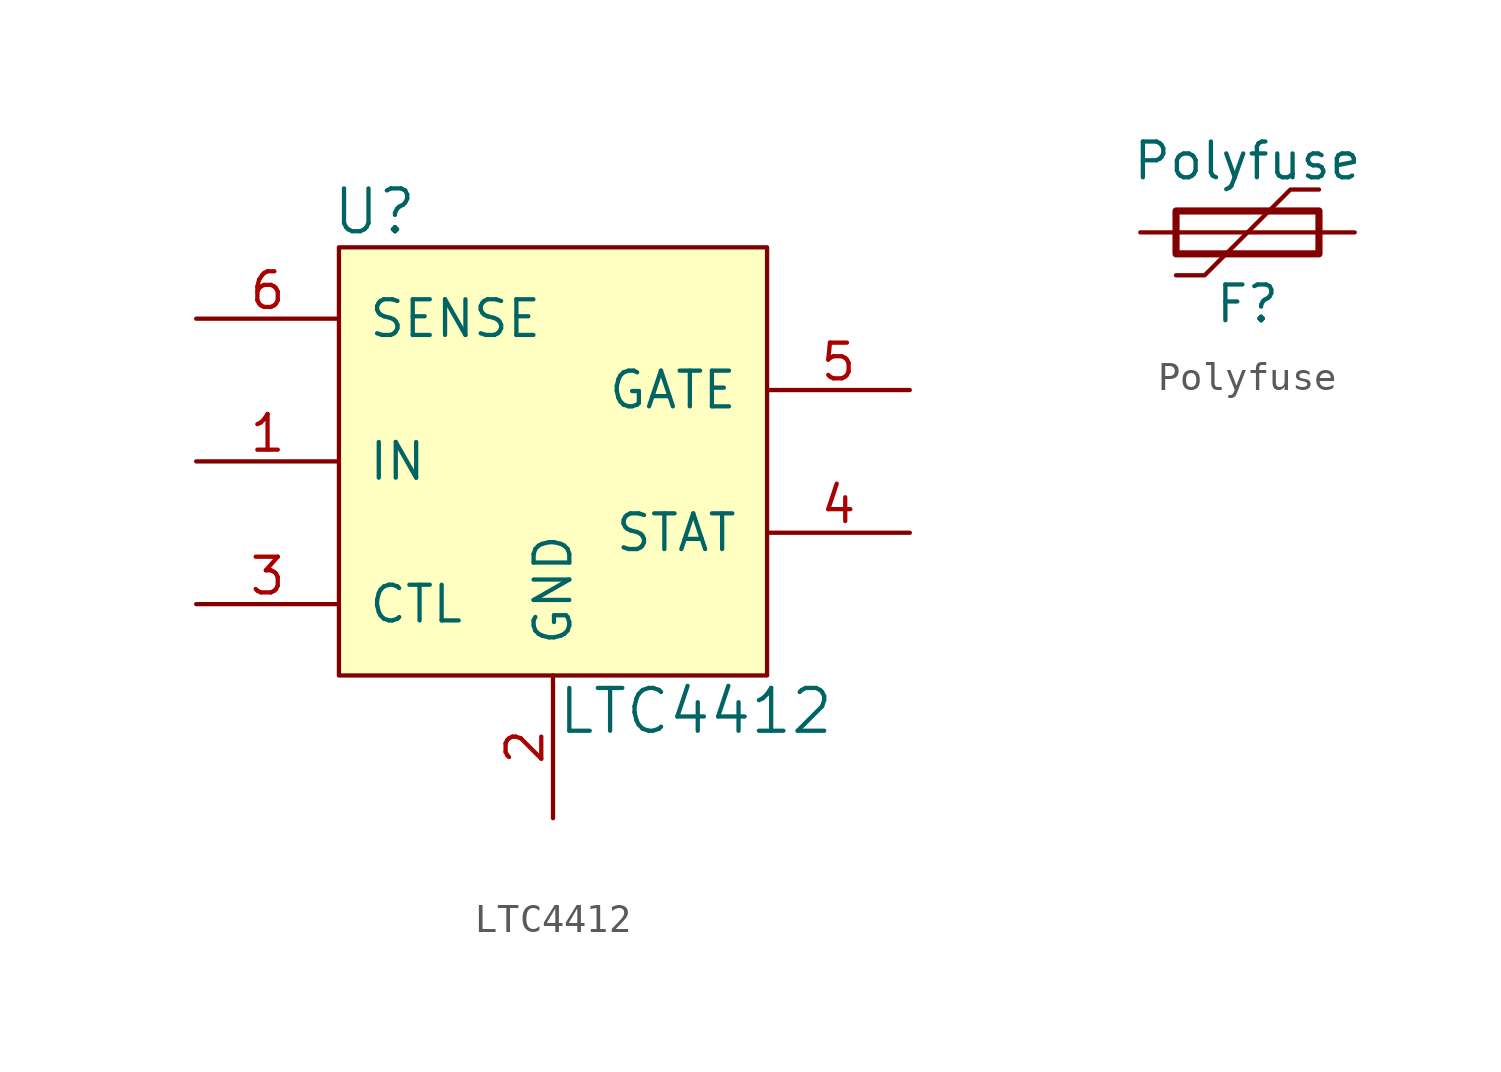
<source format=kicad_sym>
(kicad_symbol_lib
  (version 20211014)
  (generator kicad_symbol_editor)
  (symbol "LTC4412"
    (pin_names
      (offset 1.016))
    (property "Reference" "U"
      (at -6.35 8.89 0)
      (effects (font (size 1.524 1.524))))
    (property "Value" "LTC4412"
      (at 5.08 -8.89 0)
      (effects (font (size 1.524 1.524))))
    (symbol "LTC4412_0_1"
      (rectangle (start -7.62 7.62) (end 7.62 -7.62) (stroke (width 0) (type default) (color 0 0 0 0)) (fill (type background))))
    (symbol "LTC4412_1_1"
      (pin power_in line (at -12.7 0 0) (length 5.08) (name "IN" (effects (font (size 1.27 1.27)))) (number "1" (effects (font (size 1.27 1.27)))))
      (pin power_in line (at 0 -12.7 90) (length 5.08) (name "GND" (effects (font (size 1.27 1.27)))) (number "2" (effects (font (size 1.27 1.27)))))
      (pin input line (at -12.7 -5.08 0) (length 5.08) (name "CTL" (effects (font (size 1.27 1.27)))) (number "3" (effects (font (size 1.27 1.27)))))
      (pin output line (at 12.7 -2.54 180) (length 5.08) (name "STAT" (effects (font (size 1.27 1.27)))) (number "4" (effects (font (size 1.27 1.27)))))
      (pin output line (at 12.7 2.54 180) (length 5.08) (name "GATE" (effects (font (size 1.27 1.27)))) (number "5" (effects (font (size 1.27 1.27)))))
      (pin input line (at -12.7 5.08 0) (length 5.08) (name "SENSE" (effects (font (size 1.27 1.27)))) (number "6" (effects (font (size 1.27 1.27)))))))
  (symbol "Polyfuse"
    (pin_numbers hide)
    (pin_names
      (offset 0))
    (property "Reference" "F"
      (at 0 -2.54 0)
      (effects (font (size 1.27 1.27))))
    (property "Value" "Polyfuse"
      (at 0 2.54 0)
      (effects (font (size 1.27 1.27))))
    (symbol "Polyfuse_0_1"
      (rectangle (start -2.54 -0.762) (end 2.54 0.762) (stroke (width 0.254) (type default) (color 0 0 0 0)) (fill (type none)))
      (polyline (pts (xy -2.54 0) (xy 2.54 0)) (stroke (width 0) (type default) (color 0 0 0 0)) (fill (type none)))
      (polyline (pts (xy -2.54 -1.524) (xy -1.524 -1.524) (xy 1.524 1.524) (xy 2.54 1.524)) (stroke (width 0) (type default) (color 0 0 0 0)) (fill (type none))))
    (symbol "Polyfuse_1_1"
      (pin passive line (at -3.81 0 0) (length 1.27) (name "~" (effects (font (size 1.27 1.27)))) (number "1" (effects (font (size 1.27 1.27)))))
      (pin passive line (at 3.81 0 180) (length 1.27) (name "~" (effects (font (size 1.27 1.27)))) (number "2" (effects (font (size 1.27 1.27))))))))
</source>
